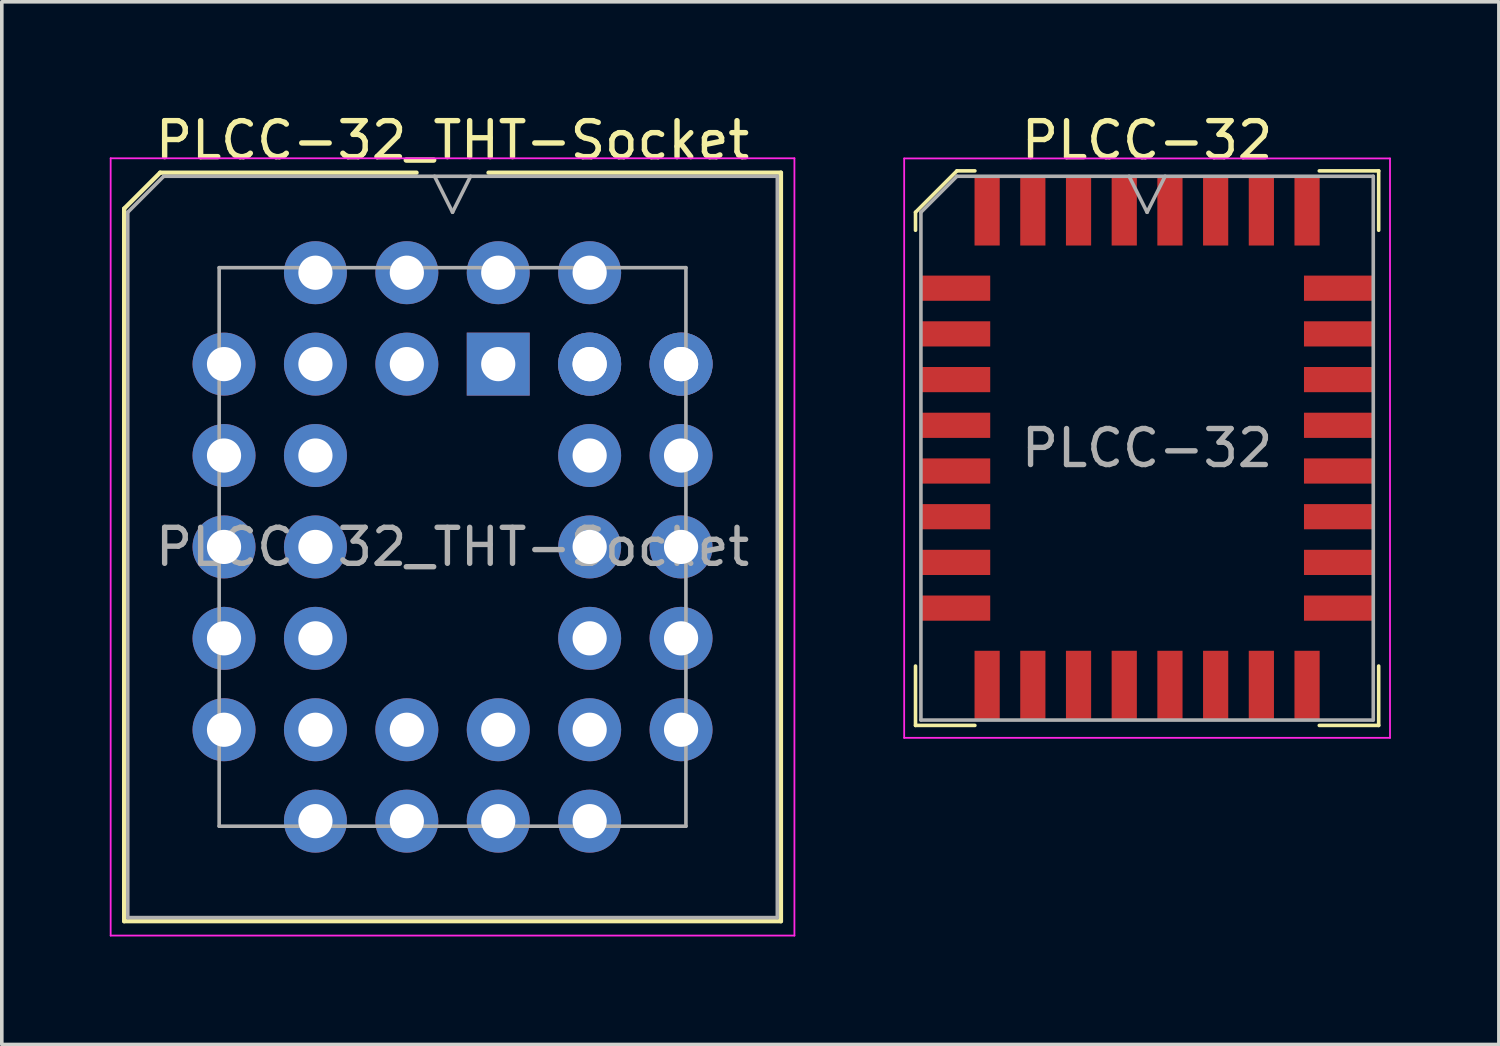
<source format=kicad_pcb>
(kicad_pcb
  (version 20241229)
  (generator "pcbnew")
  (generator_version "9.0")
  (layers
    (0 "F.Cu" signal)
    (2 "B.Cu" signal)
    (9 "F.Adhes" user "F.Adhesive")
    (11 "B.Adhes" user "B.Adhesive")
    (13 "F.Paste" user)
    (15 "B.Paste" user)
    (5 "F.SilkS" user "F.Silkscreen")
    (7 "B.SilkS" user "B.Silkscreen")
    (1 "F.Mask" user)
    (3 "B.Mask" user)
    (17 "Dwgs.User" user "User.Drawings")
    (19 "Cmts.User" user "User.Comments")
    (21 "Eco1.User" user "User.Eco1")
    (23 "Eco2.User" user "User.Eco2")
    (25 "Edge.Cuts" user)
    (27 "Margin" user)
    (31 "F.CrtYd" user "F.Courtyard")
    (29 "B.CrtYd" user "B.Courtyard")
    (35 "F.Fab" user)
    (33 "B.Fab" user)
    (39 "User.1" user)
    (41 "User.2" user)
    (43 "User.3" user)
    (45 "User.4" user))
  (footprint "PLCC-32"
    (layer "F.Cu")
    (at 28.825 9.403)
    (property "Reference" "PLCC-32" (at 0 -8.555 0) (layer "F.SilkS") (effects (font (size 1 1) (thickness 0.15))))
    (attr smd)
    (fp_line (start -6.435 -6.555) (end -6.435 -6.055) (stroke (width 0.1) (type solid)) (layer "F.SilkS"))
    (fp_line (start -6.435 7.705) (end -6.435 6.055) (stroke (width 0.1) (type solid)) (layer "F.SilkS"))
    (fp_line (start -5.285 -7.705) (end -6.435 -6.555) (stroke (width 0.1) (type solid)) (layer "F.SilkS"))
    (fp_line (start -4.785 -7.705) (end -5.285 -7.705) (stroke (width 0.1) (type solid)) (layer "F.SilkS"))
    (fp_line (start -4.785 7.705) (end -6.435 7.705) (stroke (width 0.1) (type solid)) (layer "F.SilkS"))
    (fp_line (start 4.785 -7.705) (end 6.435 -7.705) (stroke (width 0.1) (type solid)) (layer "F.SilkS"))
    (fp_line (start 4.785 7.705) (end 6.435 7.705) (stroke (width 0.1) (type solid)) (layer "F.SilkS"))
    (fp_line (start 6.435 -7.705) (end 6.435 -6.055) (stroke (width 0.1) (type solid)) (layer "F.SilkS"))
    (fp_line (start 6.435 7.705) (end 6.435 6.055) (stroke (width 0.1) (type solid)) (layer "F.SilkS"))
    (fp_line (start -6.75 -8.05) (end -6.75 8.05) (stroke (width 0.05) (type solid)) (layer "F.CrtYd"))
    (fp_line (start -6.75 8.05) (end 6.75 8.05) (stroke (width 0.05) (type solid)) (layer "F.CrtYd"))
    (fp_line (start 6.75 -8.05) (end -6.75 -8.05) (stroke (width 0.05) (type solid)) (layer "F.CrtYd"))
    (fp_line (start 6.75 8.05) (end 6.75 -8.05) (stroke (width 0.05) (type solid)) (layer "F.CrtYd"))
    (fp_line (start -6.285 -6.555) (end -6.285 7.555) (stroke (width 0.1) (type solid)) (layer "F.Fab"))
    (fp_line (start -6.285 7.555) (end 6.285 7.555) (stroke (width 0.1) (type solid)) (layer "F.Fab"))
    (fp_line (start -5.285 -7.555) (end -6.285 -6.555) (stroke (width 0.1) (type solid)) (layer "F.Fab"))
    (fp_line (start -0.5 -7.555) (end 0 -6.555) (stroke (width 0.1) (type solid)) (layer "F.Fab"))
    (fp_line (start 0 -6.555) (end 0.5 -7.555) (stroke (width 0.1) (type solid)) (layer "F.Fab"))
    (fp_line (start 6.285 -7.555) (end -5.285 -7.555) (stroke (width 0.1) (type solid)) (layer "F.Fab"))
    (fp_line (start 6.285 7.555) (end 6.285 -7.555) (stroke (width 0.1) (type solid)) (layer "F.Fab"))
    (fp_text user "${REFERENCE}" (at 0 0 0) (layer "F.Fab") (effects (font (size 1 1) (thickness 0.15))))
    (pad "1" smd rect (at -0.635 -6.593) (size 0.7 1.925) (layers "F.Cu" "F.Mask" "F.Paste"))
    (pad "2" smd rect (at -1.905 -6.593) (size 0.7 1.925) (layers "F.Cu" "F.Mask" "F.Paste"))
    (pad "3" smd rect (at -3.175 -6.593) (size 0.7 1.925) (layers "F.Cu" "F.Mask" "F.Paste"))
    (pad "4" smd rect (at -4.445 -6.593) (size 0.7 1.925) (layers "F.Cu" "F.Mask" "F.Paste"))
    (pad "5" smd rect (at -5.322 -4.445) (size 1.925 0.7) (layers "F.Cu" "F.Mask" "F.Paste"))
    (pad "6" smd rect (at -5.322 -3.175) (size 1.925 0.7) (layers "F.Cu" "F.Mask" "F.Paste"))
    (pad "7" smd rect (at -5.322 -1.905) (size 1.925 0.7) (layers "F.Cu" "F.Mask" "F.Paste"))
    (pad "8" smd rect (at -5.322 -0.635) (size 1.925 0.7) (layers "F.Cu" "F.Mask" "F.Paste"))
    (pad "9" smd rect (at -5.322 0.635) (size 1.925 0.7) (layers "F.Cu" "F.Mask" "F.Paste"))
    (pad "10" smd rect (at -5.322 1.905) (size 1.925 0.7) (layers "F.Cu" "F.Mask" "F.Paste"))
    (pad "11" smd rect (at -5.322 3.175) (size 1.925 0.7) (layers "F.Cu" "F.Mask" "F.Paste"))
    (pad "12" smd rect (at -5.322 4.445) (size 1.925 0.7) (layers "F.Cu" "F.Mask" "F.Paste"))
    (pad "13" smd rect (at -4.445 6.593) (size 0.7 1.925) (layers "F.Cu" "F.Mask" "F.Paste"))
    (pad "14" smd rect (at -3.175 6.593) (size 0.7 1.925) (layers "F.Cu" "F.Mask" "F.Paste"))
    (pad "15" smd rect (at -1.905 6.593) (size 0.7 1.925) (layers "F.Cu" "F.Mask" "F.Paste"))
    (pad "16" smd rect (at -0.635 6.593) (size 0.7 1.925) (layers "F.Cu" "F.Mask" "F.Paste"))
    (pad "17" smd rect (at 0.635 6.593) (size 0.7 1.925) (layers "F.Cu" "F.Mask" "F.Paste"))
    (pad "18" smd rect (at 1.905 6.593) (size 0.7 1.925) (layers "F.Cu" "F.Mask" "F.Paste"))
    (pad "19" smd rect (at 3.175 6.593) (size 0.7 1.925) (layers "F.Cu" "F.Mask" "F.Paste"))
    (pad "20" smd rect (at 4.445 6.593) (size 0.7 1.925) (layers "F.Cu" "F.Mask" "F.Paste"))
    (pad "21" smd rect (at 5.322 4.445) (size 1.925 0.7) (layers "F.Cu" "F.Mask" "F.Paste"))
    (pad "22" smd rect (at 5.322 3.175) (size 1.925 0.7) (layers "F.Cu" "F.Mask" "F.Paste"))
    (pad "23" smd rect (at 5.322 1.905) (size 1.925 0.7) (layers "F.Cu" "F.Mask" "F.Paste"))
    (pad "24" smd rect (at 5.322 0.635) (size 1.925 0.7) (layers "F.Cu" "F.Mask" "F.Paste"))
    (pad "25" smd rect (at 5.322 -0.635) (size 1.925 0.7) (layers "F.Cu" "F.Mask" "F.Paste"))
    (pad "26" smd rect (at 5.322 -1.905) (size 1.925 0.7) (layers "F.Cu" "F.Mask" "F.Paste"))
    (pad "27" smd rect (at 5.322 -3.175) (size 1.925 0.7) (layers "F.Cu" "F.Mask" "F.Paste"))
    (pad "28" smd rect (at 5.322 -4.445) (size 1.925 0.7) (layers "F.Cu" "F.Mask" "F.Paste"))
    (pad "29" smd rect (at 4.445 -6.593) (size 0.7 1.925) (layers "F.Cu" "F.Mask" "F.Paste"))
    (pad "30" smd rect (at 3.175 -6.593) (size 0.7 1.925) (layers "F.Cu" "F.Mask" "F.Paste"))
    (pad "31" smd rect (at 1.905 -6.593) (size 0.7 1.925) (layers "F.Cu" "F.Mask" "F.Paste"))
    (pad "32" smd rect (at 0.635 -6.593) (size 0.7 1.925) (layers "F.Cu" "F.Mask" "F.Paste")))
  (footprint "PLCC-32_THT-Socket"
    (layer "F.Cu")
    (at 10.795 7.068)
    (property "Reference" "PLCC-32_THT-Socket" (at -1.27 -6.22 0) (layer "F.SilkS") (effects (font (size 1 1) (thickness 0.15))))
    (attr through_hole)
    (fp_line (start -10.395 -4.32) (end -10.395 15.48) (stroke (width 0.12) (type solid)) (layer "F.SilkS"))
    (fp_line (start -10.395 15.48) (end 7.855 15.48) (stroke (width 0.12) (type solid)) (layer "F.SilkS"))
    (fp_line (start -9.395 -5.32) (end -10.395 -4.32) (stroke (width 0.12) (type solid)) (layer "F.SilkS"))
    (fp_line (start -2.27 -5.32) (end -9.395 -5.32) (stroke (width 0.12) (type solid)) (layer "F.SilkS"))
    (fp_line (start 7.855 -5.32) (end -0.27 -5.32) (stroke (width 0.12) (type solid)) (layer "F.SilkS"))
    (fp_line (start 7.855 15.48) (end 7.855 -5.32) (stroke (width 0.12) (type solid)) (layer "F.SilkS"))
    (fp_line (start -10.77 -5.72) (end -10.77 15.88) (stroke (width 0.05) (type solid)) (layer "F.CrtYd"))
    (fp_line (start -10.77 15.88) (end 8.23 15.88) (stroke (width 0.05) (type solid)) (layer "F.CrtYd"))
    (fp_line (start 8.23 -5.72) (end -10.77 -5.72) (stroke (width 0.05) (type solid)) (layer "F.CrtYd"))
    (fp_line (start 8.23 15.88) (end 8.23 -5.72) (stroke (width 0.05) (type solid)) (layer "F.CrtYd"))
    (fp_line (start -10.295 -4.22) (end -10.295 15.38) (stroke (width 0.1) (type solid)) (layer "F.Fab"))
    (fp_line (start -10.295 15.38) (end 7.755 15.38) (stroke (width 0.1) (type solid)) (layer "F.Fab"))
    (fp_line (start -9.295 -5.22) (end -10.295 -4.22) (stroke (width 0.1) (type solid)) (layer "F.Fab"))
    (fp_line (start -7.755 -2.68) (end -7.755 12.84) (stroke (width 0.1) (type solid)) (layer "F.Fab"))
    (fp_line (start -7.755 12.84) (end 5.215 12.84) (stroke (width 0.1) (type solid)) (layer "F.Fab"))
    (fp_line (start -1.77 -5.22) (end -1.27 -4.22) (stroke (width 0.1) (type solid)) (layer "F.Fab"))
    (fp_line (start -1.27 -4.22) (end -0.77 -5.22) (stroke (width 0.1) (type solid)) (layer "F.Fab"))
    (fp_line (start 5.215 -2.68) (end -7.755 -2.68) (stroke (width 0.1) (type solid)) (layer "F.Fab"))
    (fp_line (start 5.215 12.84) (end 5.215 -2.68) (stroke (width 0.1) (type solid)) (layer "F.Fab"))
    (fp_line (start 7.755 -5.22) (end -9.295 -5.22) (stroke (width 0.1) (type solid)) (layer "F.Fab"))
    (fp_line (start 7.755 15.38) (end 7.755 -5.22) (stroke (width 0.1) (type solid)) (layer "F.Fab"))
    (fp_text user "${REFERENCE}" (at -1.27 5.08 0) (layer "F.Fab") (effects (font (size 1 1) (thickness 0.15))))
    (pad "1" thru_hole rect (at 0 0) (size 1.75 1.75) (drill 0.95) (layers "*.Cu" "*.Mask"))
    (pad "2" thru_hole circle (at -2.54 -2.54) (size 1.75 1.75) (drill 0.95) (layers "*.Cu" "*.Mask"))
    (pad "3" thru_hole circle (at -2.54 0) (size 1.75 1.75) (drill 0.95) (layers "*.Cu" "*.Mask"))
    (pad "4" thru_hole circle (at -5.08 -2.54) (size 1.75 1.75) (drill 0.95) (layers "*.Cu" "*.Mask"))
    (pad "5" thru_hole circle (at -7.62 0) (size 1.75 1.75) (drill 0.95) (layers "*.Cu" "*.Mask"))
    (pad "6" thru_hole circle (at -5.08 0) (size 1.75 1.75) (drill 0.95) (layers "*.Cu" "*.Mask"))
    (pad "7" thru_hole circle (at -7.62 2.54) (size 1.75 1.75) (drill 0.95) (layers "*.Cu" "*.Mask"))
    (pad "8" thru_hole circle (at -5.08 2.54) (size 1.75 1.75) (drill 0.95) (layers "*.Cu" "*.Mask"))
    (pad "9" thru_hole circle (at -7.62 5.08) (size 1.75 1.75) (drill 0.95) (layers "*.Cu" "*.Mask"))
    (pad "10" thru_hole circle (at -5.08 5.08) (size 1.75 1.75) (drill 0.95) (layers "*.Cu" "*.Mask"))
    (pad "11" thru_hole circle (at -7.62 7.62) (size 1.75 1.75) (drill 0.95) (layers "*.Cu" "*.Mask"))
    (pad "12" thru_hole circle (at -5.08 7.62) (size 1.75 1.75) (drill 0.95) (layers "*.Cu" "*.Mask"))
    (pad "13" thru_hole circle (at -7.62 10.16) (size 1.75 1.75) (drill 0.95) (layers "*.Cu" "*.Mask"))
    (pad "14" thru_hole circle (at -5.08 12.7) (size 1.75 1.75) (drill 0.95) (layers "*.Cu" "*.Mask"))
    (pad "15" thru_hole circle (at -5.08 10.16) (size 1.75 1.75) (drill 0.95) (layers "*.Cu" "*.Mask"))
    (pad "16" thru_hole circle (at -2.54 12.7) (size 1.75 1.75) (drill 0.95) (layers "*.Cu" "*.Mask"))
    (pad "17" thru_hole circle (at -2.54 10.16) (size 1.75 1.75) (drill 0.95) (layers "*.Cu" "*.Mask"))
    (pad "18" thru_hole circle (at 0 12.7) (size 1.75 1.75) (drill 0.95) (layers "*.Cu" "*.Mask"))
    (pad "19" thru_hole circle (at 0 10.16) (size 1.75 1.75) (drill 0.95) (layers "*.Cu" "*.Mask"))
    (pad "20" thru_hole circle (at 2.54 12.7) (size 1.75 1.75) (drill 0.95) (layers "*.Cu" "*.Mask"))
    (pad "21" thru_hole circle (at 2.54 10.16) (size 1.75 1.75) (drill 0.95) (layers "*.Cu" "*.Mask"))
    (pad "21" thru_hole circle (at 5.08 10.16) (size 1.75 1.75) (drill 0.95) (layers "*.Cu" "*.Mask"))
    (pad "22" thru_hole circle (at 2.54 7.62) (size 1.75 1.75) (drill 0.95) (layers "*.Cu" "*.Mask"))
    (pad "23" thru_hole circle (at 5.08 7.62) (size 1.75 1.75) (drill 0.95) (layers "*.Cu" "*.Mask"))
    (pad "24" thru_hole circle (at 2.54 5.08) (size 1.75 1.75) (drill 0.95) (layers "*.Cu" "*.Mask"))
    (pad "25" thru_hole circle (at 5.08 5.08) (size 1.75 1.75) (drill 0.95) (layers "*.Cu" "*.Mask"))
    (pad "26" thru_hole circle (at 2.54 2.54) (size 1.75 1.75) (drill 0.95) (layers "*.Cu" "*.Mask"))
    (pad "27" thru_hole circle (at 5.08 2.54) (size 1.75 1.75) (drill 0.95) (layers "*.Cu" "*.Mask"))
    (pad "28" thru_hole circle (at 2.54 0) (size 1.75 1.75) (drill 0.95) (layers "*.Cu" "*.Mask"))
    (pad "29" thru_hole circle (at 5.08 0) (size 1.75 1.75) (drill 0.95) (layers "*.Cu" "*.Mask"))
    (pad "29" thru_hole circle (at 5.08 0) (size 1.75 1.75) (drill 0.95) (layers "*.Cu" "*.Mask"))
    (pad "30" thru_hole circle (at 2.54 -2.54) (size 1.75 1.75) (drill 0.95) (layers "*.Cu" "*.Mask"))
    (pad "31" thru_hole circle (at 2.54 0) (size 1.75 1.75) (drill 0.95) (layers "*.Cu" "*.Mask"))
    (pad "32" thru_hole circle (at 0 -2.54) (size 1.75 1.75) (drill 0.95) (layers "*.Cu" "*.Mask")))
  (gr_rect
    (start -3 -3)
    (end 38.6 25.973)
    (stroke (width 0.1) (type default))
    (fill no)
    (layer "Edge.Cuts")))
</source>
